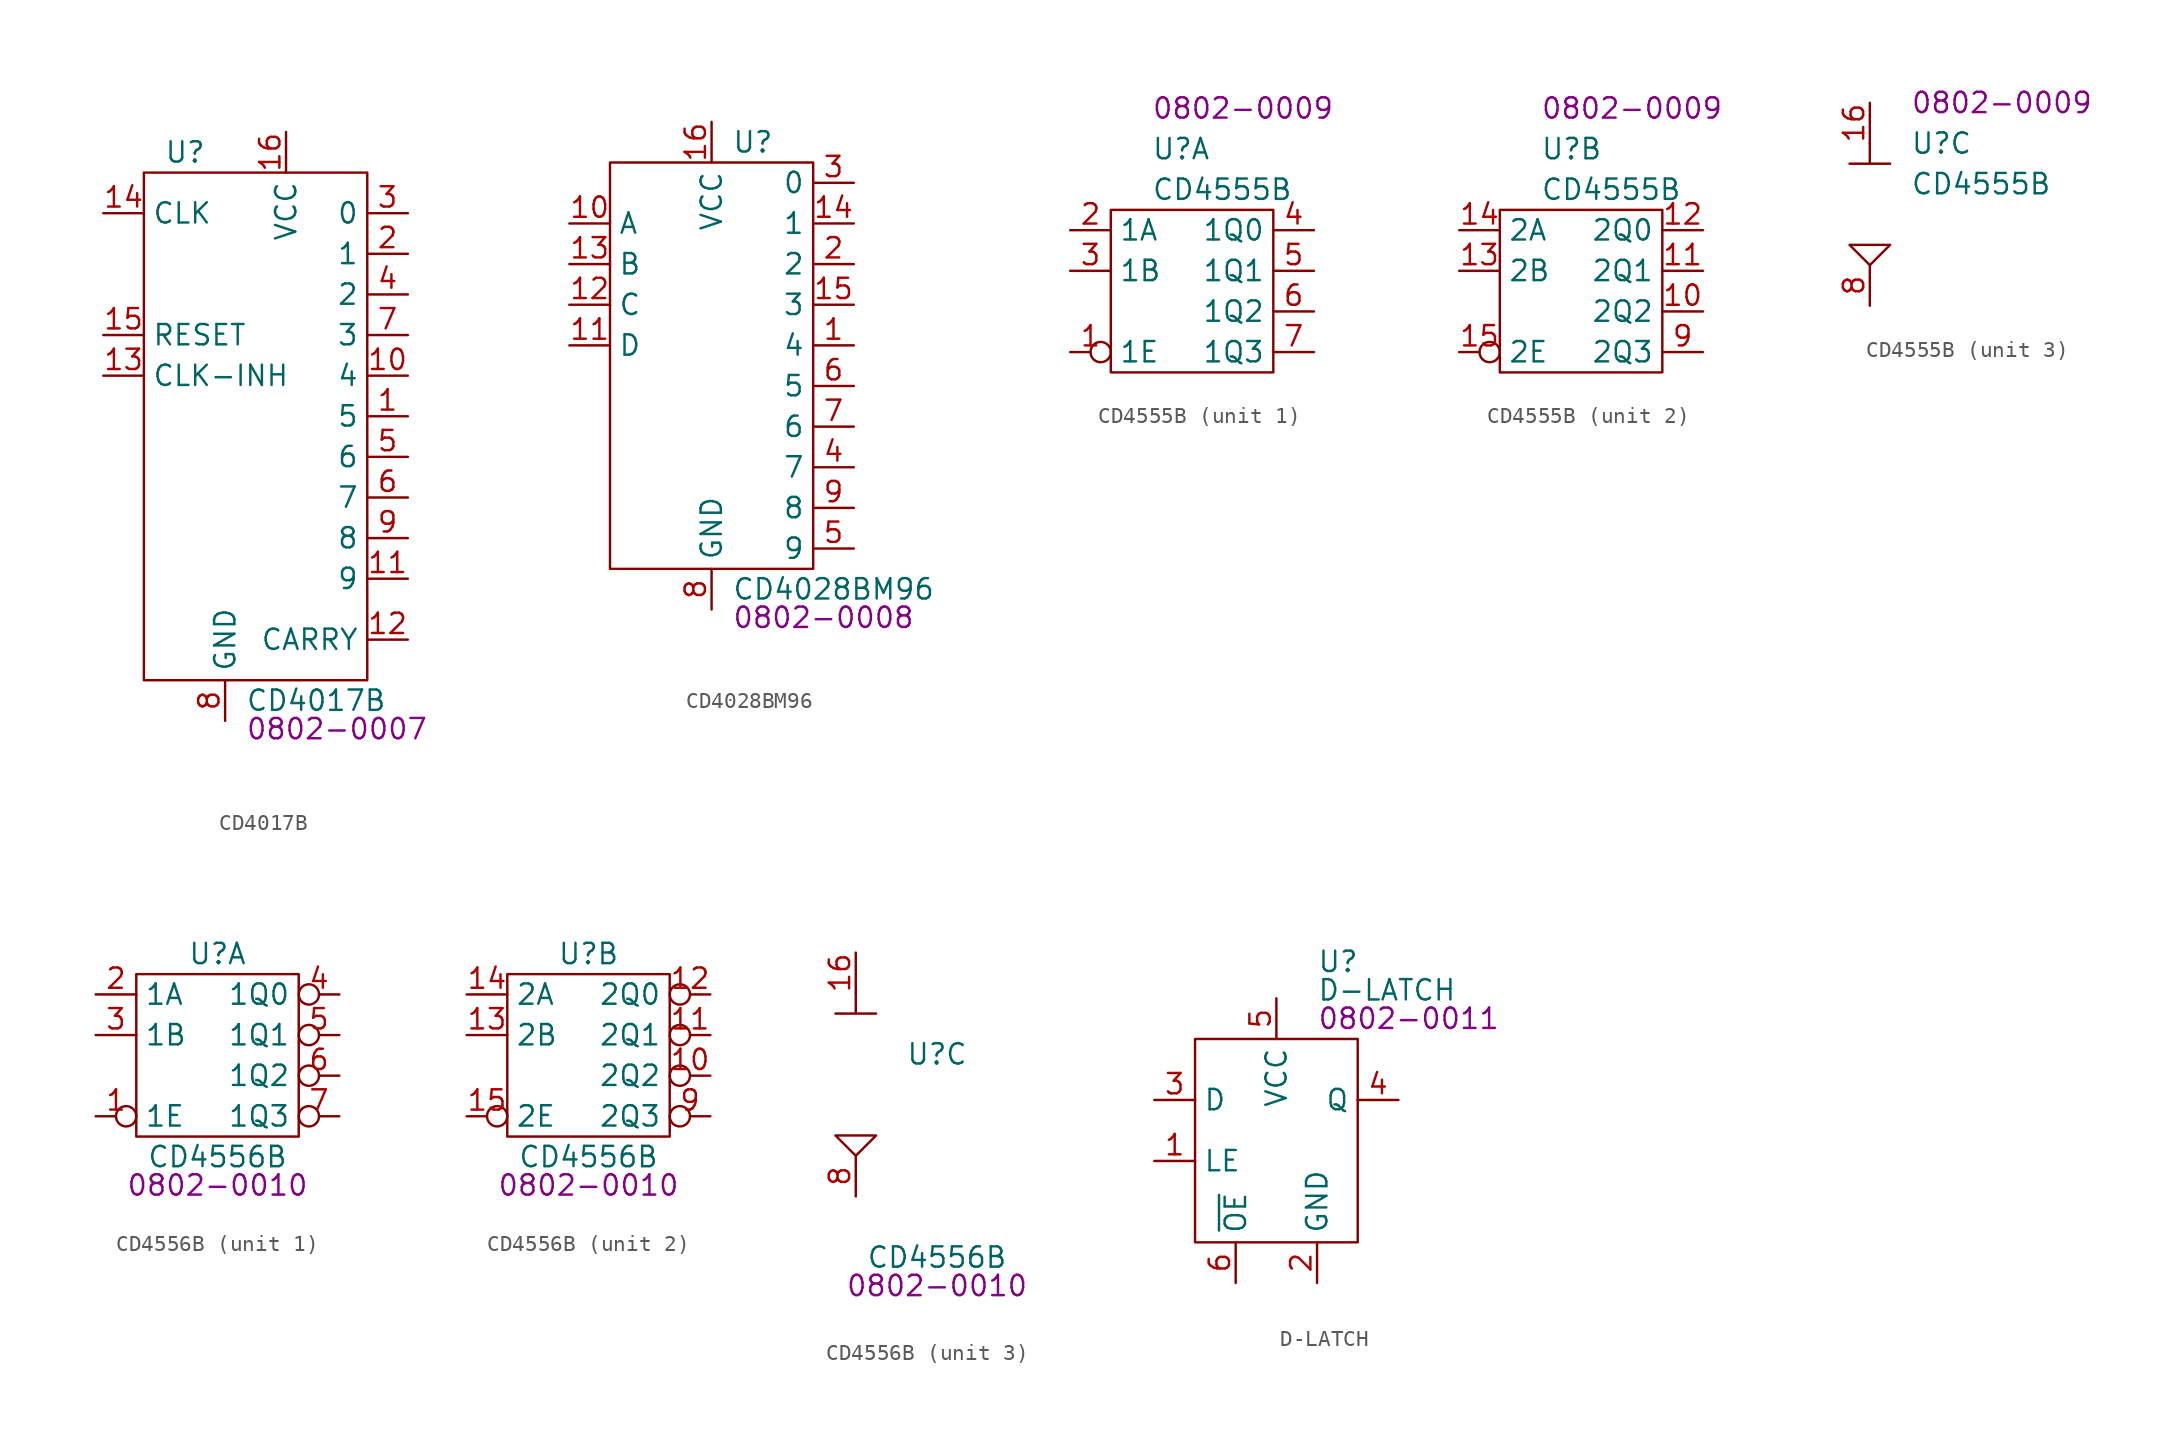
<source format=kicad_sym>
(kicad_symbol_lib
  (version 20220914)
  (generator kicad_symbol_editor)
  (symbol "CD4017B"
    (property "Reference" "U"
      (at 1.27 1.27 0)
      (effects (font (size 1.27 1.27)) (justify left)))
    (property "Value" "CD4017B"
      (at 6.35 -33.02 0)
      (effects (font (size 1.27 1.27)) (justify left)))
    (property "PartNumber" "0802-0007"
      (at 6.35 -34.798 0)
      (effects (font (size 1.27 1.27)) (justify left)))
    (symbol "CD4017B_0_0"
      (pin output line (at 16.51 -15.24 180) (length 2.54) (name "5" (effects (font (size 1.27 1.27)))) (number "1" (effects (font (size 1.27 1.27)))))
      (pin output line (at 16.51 -12.7 180) (length 2.54) (name "4" (effects (font (size 1.27 1.27)))) (number "10" (effects (font (size 1.27 1.27)))))
      (pin output line (at 16.51 -25.4 180) (length 2.54) (name "9" (effects (font (size 1.27 1.27)))) (number "11" (effects (font (size 1.27 1.27)))))
      (pin output line (at 16.51 -29.21 180) (length 2.54) (name "CARRY" (effects (font (size 1.27 1.27)))) (number "12" (effects (font (size 1.27 1.27)))))
      (pin input line (at -2.54 -12.7 0) (length 2.54) (name "CLK-INH" (effects (font (size 1.27 1.27)))) (number "13" (effects (font (size 1.27 1.27)))))
      (pin input line (at -2.54 -2.54 0) (length 2.54) (name "CLK" (effects (font (size 1.27 1.27)))) (number "14" (effects (font (size 1.27 1.27)))))
      (pin input line (at -2.54 -10.16 0) (length 2.54) (name "RESET" (effects (font (size 1.27 1.27)))) (number "15" (effects (font (size 1.27 1.27)))))
      (pin power_in line (at 8.89 2.54 270) (length 2.54) (name "VCC" (effects (font (size 1.27 1.27)))) (number "16" (effects (font (size 1.27 1.27)))))
      (pin output line (at 16.51 -5.08 180) (length 2.54) (name "1" (effects (font (size 1.27 1.27)))) (number "2" (effects (font (size 1.27 1.27)))))
      (pin output line (at 16.51 -2.54 180) (length 2.54) (name "0" (effects (font (size 1.27 1.27)))) (number "3" (effects (font (size 1.27 1.27)))))
      (pin output line (at 16.51 -7.62 180) (length 2.54) (name "2" (effects (font (size 1.27 1.27)))) (number "4" (effects (font (size 1.27 1.27)))))
      (pin output line (at 16.51 -17.78 180) (length 2.54) (name "6" (effects (font (size 1.27 1.27)))) (number "5" (effects (font (size 1.27 1.27)))))
      (pin output line (at 16.51 -20.32 180) (length 2.54) (name "7" (effects (font (size 1.27 1.27)))) (number "6" (effects (font (size 1.27 1.27)))))
      (pin output line (at 16.51 -10.16 180) (length 2.54) (name "3" (effects (font (size 1.27 1.27)))) (number "7" (effects (font (size 1.27 1.27)))))
      (pin power_in line (at 5.08 -34.29 90) (length 2.54) (name "GND" (effects (font (size 1.27 1.27)))) (number "8" (effects (font (size 1.27 1.27)))))
      (pin output line (at 16.51 -22.86 180) (length 2.54) (name "8" (effects (font (size 1.27 1.27)))) (number "9" (effects (font (size 1.27 1.27))))))
    (symbol "CD4017B_0_1"
      (rectangle (start 0 0) (end 13.97 -31.75) (stroke (width 0) (type default)) (fill (type none)))))
  (symbol "CD4028BM96"
    (property "Reference" "U"
      (at 7.62 1.27 0)
      (effects (font (size 1.27 1.27)) (justify left)))
    (property "Value" "CD4028BM96"
      (at 7.62 -26.67 0)
      (effects (font (size 1.27 1.27)) (justify left)))
    (property "PartNumber" "0802-0008"
      (at 7.62 -28.448 0)
      (effects (font (size 1.27 1.27)) (justify left)))
    (symbol "CD4028BM96_0_0"
      (rectangle (start 0 0) (end 12.7 -25.4) (stroke (width 0) (type default)) (fill (type none)))
      (pin output line (at 15.24 -11.43 180) (length 2.54) (name "4" (effects (font (size 1.27 1.27)))) (number "1" (effects (font (size 1.27 1.27)))))
      (pin input line (at -2.54 -3.81 0) (length 2.54) (name "A" (effects (font (size 1.27 1.27)))) (number "10" (effects (font (size 1.27 1.27)))))
      (pin input line (at -2.54 -11.43 0) (length 2.54) (name "D" (effects (font (size 1.27 1.27)))) (number "11" (effects (font (size 1.27 1.27)))))
      (pin input line (at -2.54 -8.89 0) (length 2.54) (name "C" (effects (font (size 1.27 1.27)))) (number "12" (effects (font (size 1.27 1.27)))))
      (pin input line (at -2.54 -6.35 0) (length 2.54) (name "B" (effects (font (size 1.27 1.27)))) (number "13" (effects (font (size 1.27 1.27)))))
      (pin passive line (at 15.24 -3.81 180) (length 2.54) (name "1" (effects (font (size 1.27 1.27)))) (number "14" (effects (font (size 1.27 1.27)))))
      (pin passive line (at 15.24 -8.89 180) (length 2.54) (name "3" (effects (font (size 1.27 1.27)))) (number "15" (effects (font (size 1.27 1.27)))))
      (pin power_in line (at 6.35 2.54 270) (length 2.54) (name "VCC" (effects (font (size 1.27 1.27)))) (number "16" (effects (font (size 1.27 1.27)))))
      (pin output line (at 15.24 -6.35 180) (length 2.54) (name "2" (effects (font (size 1.27 1.27)))) (number "2" (effects (font (size 1.27 1.27)))))
      (pin output line (at 15.24 -1.27 180) (length 2.54) (name "0" (effects (font (size 1.27 1.27)))) (number "3" (effects (font (size 1.27 1.27)))))
      (pin output line (at 15.24 -19.05 180) (length 2.54) (name "7" (effects (font (size 1.27 1.27)))) (number "4" (effects (font (size 1.27 1.27)))))
      (pin output line (at 15.24 -24.13 180) (length 2.54) (name "9" (effects (font (size 1.27 1.27)))) (number "5" (effects (font (size 1.27 1.27)))))
      (pin output line (at 15.24 -13.97 180) (length 2.54) (name "5" (effects (font (size 1.27 1.27)))) (number "6" (effects (font (size 1.27 1.27)))))
      (pin output line (at 15.24 -16.51 180) (length 2.54) (name "6" (effects (font (size 1.27 1.27)))) (number "7" (effects (font (size 1.27 1.27)))))
      (pin power_in line (at 6.35 -27.94 90) (length 2.54) (name "GND" (effects (font (size 1.27 1.27)))) (number "8" (effects (font (size 1.27 1.27)))))
      (pin output line (at 15.24 -21.59 180) (length 2.54) (name "8" (effects (font (size 1.27 1.27)))) (number "9" (effects (font (size 1.27 1.27)))))))
  (symbol "CD4555B"
    (property "Reference" "U"
      (at 2.54 3.81 0)
      (effects (font (size 1.27 1.27)) (justify left)))
    (property "Value" "CD4555B"
      (at 2.54 1.27 0)
      (effects (font (size 1.27 1.27)) (justify left)))
    (property "PartNumber" "0802-0009"
      (at 2.54 6.35 0)
      (effects (font (size 1.27 1.27)) (justify left)))
    (property "ki_locked" ""
      (at 0 0 0)
      (effects (font (size 1.27 1.27))))
    (symbol "CD4555B_1_0"
      (rectangle (start 0 0) (end 10.16 -10.16) (stroke (width 0) (type default)) (fill (type none)))
      (pin input inverted (at -2.54 -8.89 0) (length 2.54) (name "1E" (effects (font (size 1.27 1.27)))) (number "1" (effects (font (size 1.27 1.27)))))
      (pin input line (at -2.54 -1.27 0) (length 2.54) (name "1A" (effects (font (size 1.27 1.27)))) (number "2" (effects (font (size 1.27 1.27)))))
      (pin input line (at -2.54 -3.81 0) (length 2.54) (name "1B" (effects (font (size 1.27 1.27)))) (number "3" (effects (font (size 1.27 1.27)))))
      (pin output line (at 12.7 -1.27 180) (length 2.54) (name "1Q0" (effects (font (size 1.27 1.27)))) (number "4" (effects (font (size 1.27 1.27)))))
      (pin output line (at 12.7 -3.81 180) (length 2.54) (name "1Q1" (effects (font (size 1.27 1.27)))) (number "5" (effects (font (size 1.27 1.27)))))
      (pin output line (at 12.7 -6.35 180) (length 2.54) (name "1Q2" (effects (font (size 1.27 1.27)))) (number "6" (effects (font (size 1.27 1.27)))))
      (pin output line (at 12.7 -8.89 180) (length 2.54) (name "1Q3" (effects (font (size 1.27 1.27)))) (number "7" (effects (font (size 1.27 1.27))))))
    (symbol "CD4555B_2_0"
      (rectangle (start 0 0) (end 10.16 -10.16) (stroke (width 0) (type default)) (fill (type none)))
      (pin output line (at 12.7 -6.35 180) (length 2.54) (name "2Q2" (effects (font (size 1.27 1.27)))) (number "10" (effects (font (size 1.27 1.27)))))
      (pin output line (at 12.7 -3.81 180) (length 2.54) (name "2Q1" (effects (font (size 1.27 1.27)))) (number "11" (effects (font (size 1.27 1.27)))))
      (pin output line (at 12.7 -1.27 180) (length 2.54) (name "2Q0" (effects (font (size 1.27 1.27)))) (number "12" (effects (font (size 1.27 1.27)))))
      (pin input line (at -2.54 -3.81 0) (length 2.54) (name "2B" (effects (font (size 1.27 1.27)))) (number "13" (effects (font (size 1.27 1.27)))))
      (pin input line (at -2.54 -1.27 0) (length 2.54) (name "2A" (effects (font (size 1.27 1.27)))) (number "14" (effects (font (size 1.27 1.27)))))
      (pin input inverted (at -2.54 -8.89 0) (length 2.54) (name "2E" (effects (font (size 1.27 1.27)))) (number "15" (effects (font (size 1.27 1.27)))))
      (pin output line (at 12.7 -8.89 180) (length 2.54) (name "2Q3" (effects (font (size 1.27 1.27)))) (number "9" (effects (font (size 1.27 1.27))))))
    (symbol "CD4555B_3_0"
      (polyline (pts (xy -1.27 2.54) (xy 1.27 2.54)) (stroke (width 0) (type default)) (fill (type none)))
      (polyline (pts (xy 0 3.81) (xy 0 2.54)) (stroke (width 0) (type default)) (fill (type none)))
      (polyline (pts (xy 0 -3.81) (xy -1.27 -2.54) (xy 1.27 -2.54) (xy 0 -3.81)) (stroke (width 0) (type default)) (fill (type none)))
      (pin power_in line (at 0 6.35 270) (length 2.54) (name "~" (effects (font (size 1.27 1.27)))) (number "16" (effects (font (size 1.27 1.27)))))
      (pin power_in line (at 0 -6.35 90) (length 2.54) (name "~" (effects (font (size 1.27 1.27)))) (number "8" (effects (font (size 1.27 1.27)))))))
  (symbol "CD4556B"
    (property "Reference" "U"
      (at 5.08 1.27 0)
      (effects (font (size 1.27 1.27))))
    (property "Value" "CD4556B"
      (at 5.08 -11.43 0)
      (effects (font (size 1.27 1.27))))
    (property "PartNumber" "0802-0010"
      (at 5.08 -13.208 0)
      (effects (font (size 1.27 1.27))))
    (property "ki_locked" ""
      (at 0 0 0)
      (effects (font (size 1.27 1.27))))
    (symbol "CD4556B_1_0"
      (rectangle (start 0 0) (end 10.16 -10.16) (stroke (width 0) (type default)) (fill (type none)))
      (pin input inverted (at -2.54 -8.89 0) (length 2.54) (name "1E" (effects (font (size 1.27 1.27)))) (number "1" (effects (font (size 1.27 1.27)))))
      (pin input line (at -2.54 -1.27 0) (length 2.54) (name "1A" (effects (font (size 1.27 1.27)))) (number "2" (effects (font (size 1.27 1.27)))))
      (pin input line (at -2.54 -3.81 0) (length 2.54) (name "1B" (effects (font (size 1.27 1.27)))) (number "3" (effects (font (size 1.27 1.27)))))
      (pin output inverted (at 12.7 -1.27 180) (length 2.54) (name "1Q0" (effects (font (size 1.27 1.27)))) (number "4" (effects (font (size 1.27 1.27)))))
      (pin output inverted (at 12.7 -3.81 180) (length 2.54) (name "1Q1" (effects (font (size 1.27 1.27)))) (number "5" (effects (font (size 1.27 1.27)))))
      (pin output inverted (at 12.7 -6.35 180) (length 2.54) (name "1Q2" (effects (font (size 1.27 1.27)))) (number "6" (effects (font (size 1.27 1.27)))))
      (pin output inverted (at 12.7 -8.89 180) (length 2.54) (name "1Q3" (effects (font (size 1.27 1.27)))) (number "7" (effects (font (size 1.27 1.27))))))
    (symbol "CD4556B_2_0"
      (rectangle (start 0 0) (end 10.16 -10.16) (stroke (width 0) (type default)) (fill (type none)))
      (pin output inverted (at 12.7 -6.35 180) (length 2.54) (name "2Q2" (effects (font (size 1.27 1.27)))) (number "10" (effects (font (size 1.27 1.27)))))
      (pin output inverted (at 12.7 -3.81 180) (length 2.54) (name "2Q1" (effects (font (size 1.27 1.27)))) (number "11" (effects (font (size 1.27 1.27)))))
      (pin output inverted (at 12.7 -1.27 180) (length 2.54) (name "2Q0" (effects (font (size 1.27 1.27)))) (number "12" (effects (font (size 1.27 1.27)))))
      (pin input line (at -2.54 -3.81 0) (length 2.54) (name "2B" (effects (font (size 1.27 1.27)))) (number "13" (effects (font (size 1.27 1.27)))))
      (pin input line (at -2.54 -1.27 0) (length 2.54) (name "2A" (effects (font (size 1.27 1.27)))) (number "14" (effects (font (size 1.27 1.27)))))
      (pin input inverted (at -2.54 -8.89 0) (length 2.54) (name "2E" (effects (font (size 1.27 1.27)))) (number "15" (effects (font (size 1.27 1.27)))))
      (pin output inverted (at 12.7 -8.89 180) (length 2.54) (name "2Q3" (effects (font (size 1.27 1.27)))) (number "9" (effects (font (size 1.27 1.27))))))
    (symbol "CD4556B_3_0"
      (polyline (pts (xy -1.27 3.81) (xy 1.27 3.81)) (stroke (width 0) (type default)) (fill (type none)))
      (polyline (pts (xy 0 5.08) (xy 0 3.81)) (stroke (width 0) (type default)) (fill (type none)))
      (polyline (pts (xy 0 -5.08) (xy -1.27 -3.81) (xy 1.27 -3.81) (xy 0 -5.08)) (stroke (width 0) (type default)) (fill (type none)))
      (pin power_in line (at 0 7.62 270) (length 2.54) (name "~" (effects (font (size 1.27 1.27)))) (number "16" (effects (font (size 1.27 1.27)))))
      (pin power_in line (at 0 -7.62 90) (length 2.54) (name "~" (effects (font (size 1.27 1.27)))) (number "8" (effects (font (size 1.27 1.27)))))))
  (symbol "D-LATCH"
    (property "Reference" "U"
      (at 2.54 11.176 0)
      (effects (font (size 1.27 1.27)) (justify left)))
    (property "Value" "D-LATCH"
      (at 2.54 9.398 0)
      (effects (font (size 1.27 1.27)) (justify left)))
    (property "PartNumber" "0802-0011"
      (at 2.54 7.62 0)
      (effects (font (size 1.27 1.27)) (justify left)))
    (symbol "D-LATCH_0_0"
      (pin input line (at -7.62 -1.27 0) (length 2.54) (name "LE" (effects (font (size 1.27 1.27)))) (number "1" (effects (font (size 1.27 1.27)))))
      (pin power_in line (at 2.54 -8.89 90) (length 2.54) (name "GND" (effects (font (size 1.27 1.27)))) (number "2" (effects (font (size 1.27 1.27)))))
      (pin input line (at -7.62 2.54 0) (length 2.54) (name "D" (effects (font (size 1.27 1.27)))) (number "3" (effects (font (size 1.27 1.27)))))
      (pin output line (at 7.62 2.54 180) (length 2.54) (name "Q" (effects (font (size 1.27 1.27)))) (number "4" (effects (font (size 1.27 1.27)))))
      (pin power_in line (at 0 8.89 270) (length 2.54) (name "VCC" (effects (font (size 1.27 1.27)))) (number "5" (effects (font (size 1.27 1.27)))))
      (pin input line (at -2.54 -8.89 90) (length 2.54) (name "~{OE}" (effects (font (size 1.27 1.27)))) (number "6" (effects (font (size 1.27 1.27))))))
    (symbol "D-LATCH_0_1"
      (rectangle (start -5.08 6.35) (end 5.08 -6.35) (stroke (width 0) (type default)) (fill (type none))))))
</source>
